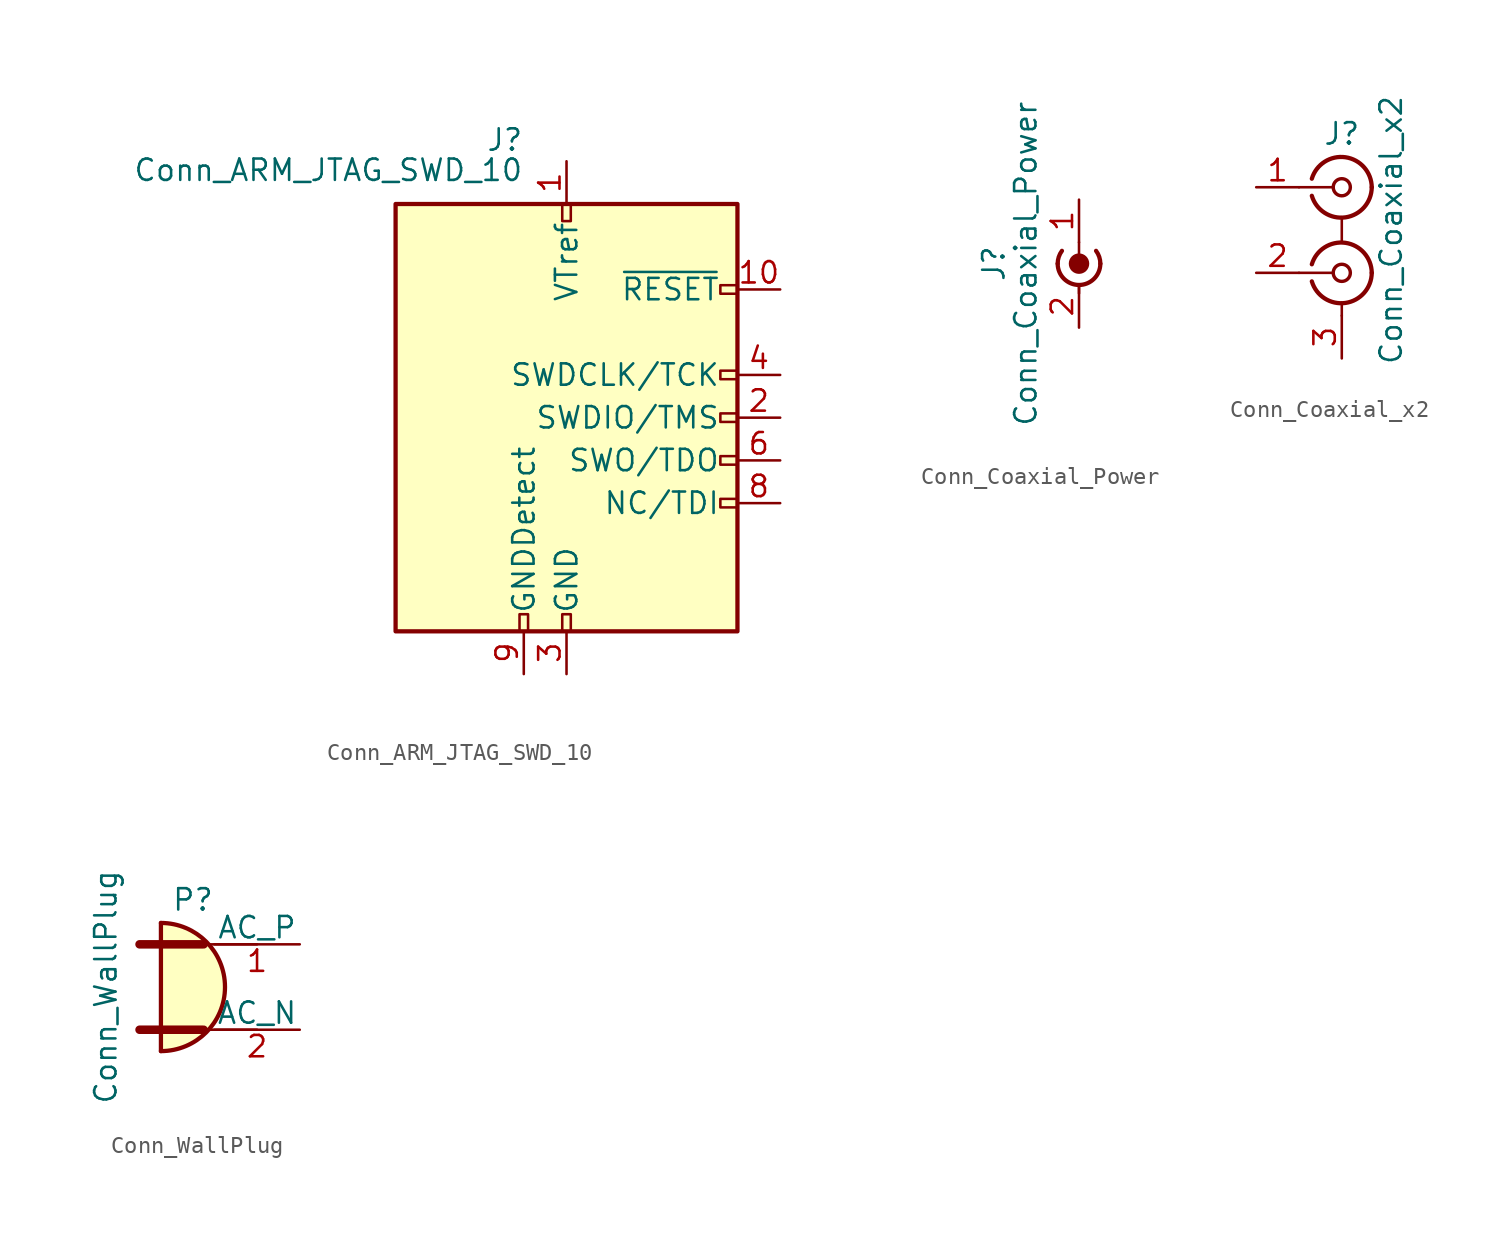
<source format=kicad_sym>
(kicad_symbol_lib
  (version 20201005)
  (generator kicad_symbol_editor)
  (symbol "Conn_ARM_JTAG_SWD_10"
    (pin_names
      (offset 1.016))
    (property "Reference" "J"
      (at -2.54 16.51 0)
      (effects (font (size 1.27 1.27)) (justify right)))
    (property "Value" "Conn_ARM_JTAG_SWD_10"
      (at -2.54 13.97 0)
      (effects (font (size 1.27 1.27)) (justify right bottom)))
    (symbol "Conn_ARM_JTAG_SWD_10_0_1"
      (rectangle (start -10.16 12.7) (end 10.16 -12.7) (stroke (width 0.254)) (fill (type background)))
      (rectangle (start -2.794 -12.7) (end -2.286 -11.684) (stroke (width 0)) (fill (type none)))
      (rectangle (start -0.254 -12.7) (end 0.254 -11.684) (stroke (width 0)) (fill (type none)))
      (rectangle (start -0.254 12.7) (end 0.254 11.684) (stroke (width 0)) (fill (type none)))
      (rectangle (start 9.144 2.286) (end 10.16 2.794) (stroke (width 0)) (fill (type none)))
      (rectangle (start 10.16 -2.794) (end 9.144 -2.286) (stroke (width 0)) (fill (type none)))
      (rectangle (start 10.16 -0.254) (end 9.144 0.254) (stroke (width 0)) (fill (type none)))
      (rectangle (start 10.16 7.874) (end 9.144 7.366) (stroke (width 0)) (fill (type none))))
    (symbol "Conn_ARM_JTAG_SWD_10_1_1"
      (rectangle (start 9.144 -5.334) (end 10.16 -4.826) (stroke (width 0)) (fill (type none)))
      (pin power_in line (at 0 15.24 270) (length 2.54) (name "VTref" (effects (font (size 1.27 1.27)))) (number "1" (effects (font (size 1.27 1.27)))))
      (pin open_collector line (at 12.7 7.62 180) (length 2.54) (name "~RESET~" (effects (font (size 1.27 1.27)))) (number "10" (effects (font (size 1.27 1.27)))))
      (pin bidirectional line (at 12.7 0 180) (length 2.54) (name "SWDIO/TMS" (effects (font (size 1.27 1.27)))) (number "2" (effects (font (size 1.27 1.27)))))
      (pin power_in line (at 0 -15.24 90) (length 2.54) (name "GND" (effects (font (size 1.27 1.27)))) (number "3" (effects (font (size 1.27 1.27)))))
      (pin output line (at 12.7 2.54 180) (length 2.54) (name "SWDCLK/TCK" (effects (font (size 1.27 1.27)))) (number "4" (effects (font (size 1.27 1.27)))))
      (pin passive line (at 0 -15.24 90) (length 2.54) hide (name "GND" (effects (font (size 1.27 1.27)))) (number "5" (effects (font (size 1.27 1.27)))))
      (pin input line (at 12.7 -2.54 180) (length 2.54) (name "SWO/TDO" (effects (font (size 1.27 1.27)))) (number "6" (effects (font (size 1.27 1.27)))))
      (pin no_connect line (at -10.16 0 0) (length 2.54) hide (name "KEY" (effects (font (size 1.27 1.27)))) (number "7" (effects (font (size 1.27 1.27)))))
      (pin output line (at 12.7 -5.08 180) (length 2.54) (name "NC/TDI" (effects (font (size 1.27 1.27)))) (number "8" (effects (font (size 1.27 1.27)))))
      (pin passive line (at -2.54 -15.24 90) (length 2.54) (name "GNDDetect" (effects (font (size 1.27 1.27)))) (number "9" (effects (font (size 1.27 1.27)))))))
  (symbol "Conn_Coaxial_Power"
    (pin_names
      (offset 1.016) hide)
    (property "Reference" "J"
      (at -5.08 -1.27 90)
      (effects (font (size 1.27 1.27))))
    (property "Value" "Conn_Coaxial_Power"
      (at -3.175 -1.27 90)
      (effects (font (size 1.27 1.27))))
    (symbol "Conn_Coaxial_Power_0_1"
      (arc (start 1.016 -0.508) (end 1.27 -1.27) (radius (at 0 -1.27) (length 1.27) (angles 36.9 0)) (stroke (width 0.254)) (fill (type none)))
      (arc (start -1.27 -1.27) (end -1.016 -0.508) (radius (at 0 -1.27) (length 1.27) (angles 180 143.1)) (stroke (width 0.254)) (fill (type none)))
      (arc (start -1.27 -1.27) (end 1.27 -1.27) (radius (at 0 -1.27) (length 1.27) (angles -179.9 -0.1)) (stroke (width 0.254)) (fill (type none)))
      (circle (center 0 -1.27) (radius 0.508) (stroke (width 0.203)) (fill (type outline)))
      (polyline (pts (xy 0 -2.54) (xy 0 -3.048)) (stroke (width 0)) (fill (type none)))
      (polyline (pts (xy 0 0) (xy 0 -1.27)) (stroke (width 0)) (fill (type none))))
    (symbol "Conn_Coaxial_Power_1_1"
      (pin passive line (at 0 2.54 270) (length 2.54) (name "In" (effects (font (size 1.27 1.27)))) (number "1" (effects (font (size 1.27 1.27)))))
      (pin passive line (at 0 -5.08 90) (length 2.54) (name "Ext" (effects (font (size 1.27 1.27)))) (number "2" (effects (font (size 1.27 1.27)))))))
  (symbol "Conn_Coaxial_x2"
    (pin_names
      (offset 1.016) hide)
    (property "Reference" "J"
      (at 0 5.715 0)
      (effects (font (size 1.27 1.27))))
    (property "Value" "Conn_Coaxial_x2"
      (at 2.921 0 90)
      (effects (font (size 1.27 1.27))))
    (symbol "Conn_Coaxial_x2_0_1"
      (arc (start -1.778 -2.032) (end 1.778 -2.54) (radius (at -0.0508 -2.54) (length 1.8034) (angles 163.6 0)) (stroke (width 0.254)) (fill (type none)))
      (arc (start -1.778 3.048) (end 1.778 2.54) (radius (at -0.0508 2.54) (length 1.8034) (angles 163.6 0)) (stroke (width 0.254)) (fill (type none)))
      (arc (start 1.778 -2.54) (end -1.778 -3.048) (radius (at -0.0254 -2.54) (length 1.8034) (angles 0 -163.8)) (stroke (width 0.254)) (fill (type none)))
      (arc (start 1.778 2.54) (end -1.778 2.032) (radius (at -0.0254 2.54) (length 1.8034) (angles 0 -163.8)) (stroke (width 0.254)) (fill (type none)))
      (circle (center 0 -2.54) (radius 0.508) (stroke (width 0.203)) (fill (type none)))
      (circle (center 0 2.54) (radius 0.508) (stroke (width 0.203)) (fill (type none)))
      (polyline (pts (xy -2.54 -2.54) (xy -0.508 -2.54)) (stroke (width 0)) (fill (type none)))
      (polyline (pts (xy -2.54 2.54) (xy -0.508 2.54)) (stroke (width 0)) (fill (type none)))
      (polyline (pts (xy 0 -5.08) (xy 0 -4.318)) (stroke (width 0)) (fill (type none)))
      (polyline (pts (xy 0 0.762) (xy 0 -0.635)) (stroke (width 0)) (fill (type none))))
    (symbol "Conn_Coaxial_x2_1_1"
      (pin passive line (at -5.08 2.54 0) (length 2.54) (name "IN1" (effects (font (size 1.27 1.27)))) (number "1" (effects (font (size 1.27 1.27)))))
      (pin passive line (at -5.08 -2.54 0) (length 2.54) (name "IN2" (effects (font (size 1.27 1.27)))) (number "2" (effects (font (size 1.27 1.27)))))
      (pin passive line (at 0 -7.62 90) (length 2.54) (name "EXT" (effects (font (size 1.27 1.27)))) (number "3" (effects (font (size 1.27 1.27)))))))
  (symbol "Conn_WallPlug"
    (pin_names
      (offset 0))
    (property "Reference" "P"
      (at -1.27 4.445 0)
      (effects (font (size 1.27 1.27)) (justify bottom)))
    (property "Value" "Conn_WallPlug"
      (at -5.715 0 90)
      (effects (font (size 1.27 1.27)) (justify bottom)))
    (symbol "Conn_WallPlug_0_1"
      (arc (start -3.175 -3.81) (end -3.175 3.81) (radius (at -3.175 0) (length 3.81) (angles -89.9 89.9)) (stroke (width 0.254)) (fill (type background)))
      (polyline (pts (xy -4.445 -2.54) (xy -0.635 -2.54)) (stroke (width 0.508)) (fill (type none)))
      (polyline (pts (xy -4.445 2.54) (xy -0.635 2.54)) (stroke (width 0.508)) (fill (type none)))
      (polyline (pts (xy -3.175 -3.81) (xy -3.175 3.81)) (stroke (width 0.254)) (fill (type none)))
      (polyline (pts (xy -0.635 -2.54) (xy 2.54 -2.54)) (stroke (width 0)) (fill (type none)))
      (polyline (pts (xy -0.635 2.54) (xy 2.54 2.54)) (stroke (width 0)) (fill (type none))))
    (symbol "Conn_WallPlug_1_1"
      (pin power_out line (at 5.08 2.54 180) (length 5.08) (name "AC_P" (effects (font (size 1.27 1.27)))) (number "1" (effects (font (size 1.27 1.27)))))
      (pin power_out line (at 5.08 -2.54 180) (length 5.08) (name "AC_N" (effects (font (size 1.27 1.27)))) (number "2" (effects (font (size 1.27 1.27))))))))
</source>
